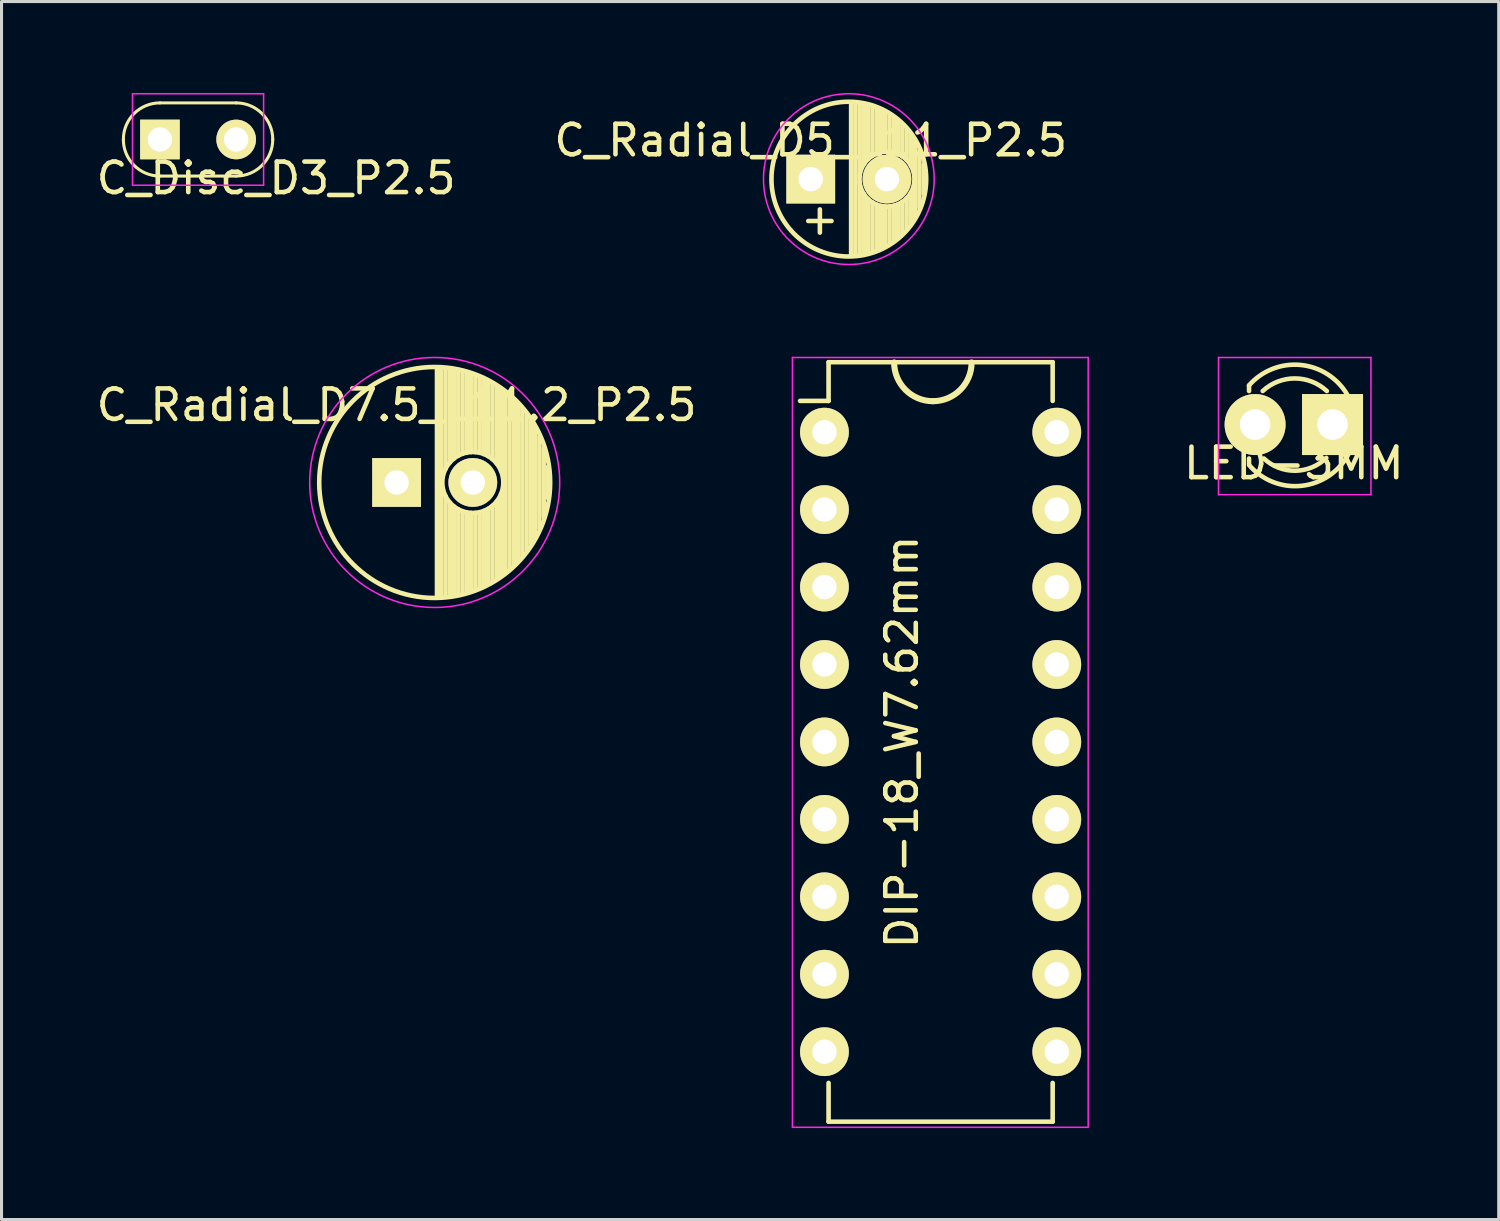
<source format=kicad_pcb>
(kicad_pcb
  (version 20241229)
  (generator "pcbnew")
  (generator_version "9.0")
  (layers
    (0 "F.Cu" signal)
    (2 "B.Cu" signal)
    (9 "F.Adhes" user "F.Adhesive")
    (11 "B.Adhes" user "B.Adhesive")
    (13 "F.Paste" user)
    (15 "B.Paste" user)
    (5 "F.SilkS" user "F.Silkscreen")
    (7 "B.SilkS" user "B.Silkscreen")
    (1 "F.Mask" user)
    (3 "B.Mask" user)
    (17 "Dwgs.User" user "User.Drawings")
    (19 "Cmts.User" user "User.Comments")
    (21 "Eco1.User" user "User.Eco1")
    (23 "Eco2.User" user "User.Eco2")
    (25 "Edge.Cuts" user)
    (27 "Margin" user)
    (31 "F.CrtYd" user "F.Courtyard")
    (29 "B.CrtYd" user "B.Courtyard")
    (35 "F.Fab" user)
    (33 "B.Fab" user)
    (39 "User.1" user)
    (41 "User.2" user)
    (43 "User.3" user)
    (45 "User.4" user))
  (footprint "DIP-18_W7.62mm"
    (layer "F.Cu")
    (at 23.992 11.125)
    (property "Reference" "DIP-18_W7.62mm" (at 2.54 10.16 90) (layer "F.SilkS") (effects (font (size 1 1) (thickness 0.15))))
    (attr through_hole)
    (fp_line (start 0.135 -2.295) (end 0.135 -1.025) (stroke (width 0.15) (type solid)) (layer "F.SilkS"))
    (fp_line (start 0.135 -2.295) (end 7.485 -2.295) (stroke (width 0.15) (type solid)) (layer "F.SilkS"))
    (fp_line (start 0.135 -1.025) (end -0.8 -1.025) (stroke (width 0.15) (type solid)) (layer "F.SilkS"))
    (fp_line (start 0.135 22.615) (end 0.135 21.345) (stroke (width 0.15) (type solid)) (layer "F.SilkS"))
    (fp_line (start 0.135 22.615) (end 7.485 22.615) (stroke (width 0.15) (type solid)) (layer "F.SilkS"))
    (fp_line (start 7.485 -2.295) (end 7.485 -1.025) (stroke (width 0.15) (type solid)) (layer "F.SilkS"))
    (fp_line (start 7.485 22.615) (end 7.485 21.345) (stroke (width 0.15) (type solid)) (layer "F.SilkS"))
    (fp_arc (start 3.556 -1.016) (mid 2.657974 -1.387974) (end 2.286 -2.286) (stroke (width 0.2) (type solid)) (layer "F.SilkS"))
    (fp_arc (start 4.826 -2.286) (mid 4.454026 -1.387974) (end 3.556 -1.016) (stroke (width 0.2) (type solid)) (layer "F.SilkS"))
    (fp_line (start -1.05 -2.45) (end -1.05 22.8) (stroke (width 0.05) (type solid)) (layer "F.CrtYd"))
    (fp_line (start -1.05 -2.45) (end 8.65 -2.45) (stroke (width 0.05) (type solid)) (layer "F.CrtYd"))
    (fp_line (start -1.05 22.8) (end 8.65 22.8) (stroke (width 0.05) (type solid)) (layer "F.CrtYd"))
    (fp_line (start 8.65 -2.45) (end 8.65 22.8) (stroke (width 0.05) (type solid)) (layer "F.CrtYd"))
    (pad "1" thru_hole oval (at 0 0) (size 1.6 1.6) (drill 0.8) (layers "*.Cu" "*.Mask" "F.SilkS"))
    (pad "2" thru_hole oval (at 0 2.54) (size 1.6 1.6) (drill 0.8) (layers "*.Cu" "*.Mask" "F.SilkS"))
    (pad "3" thru_hole oval (at 0 5.08) (size 1.6 1.6) (drill 0.8) (layers "*.Cu" "*.Mask" "F.SilkS"))
    (pad "4" thru_hole oval (at 0 7.62) (size 1.6 1.6) (drill 0.8) (layers "*.Cu" "*.Mask" "F.SilkS"))
    (pad "5" thru_hole oval (at 0 10.16) (size 1.6 1.6) (drill 0.8) (layers "*.Cu" "*.Mask" "F.SilkS"))
    (pad "6" thru_hole oval (at 0 12.7) (size 1.6 1.6) (drill 0.8) (layers "*.Cu" "*.Mask" "F.SilkS"))
    (pad "7" thru_hole oval (at 0 15.24) (size 1.6 1.6) (drill 0.8) (layers "*.Cu" "*.Mask" "F.SilkS"))
    (pad "8" thru_hole oval (at 0 17.78) (size 1.6 1.6) (drill 0.8) (layers "*.Cu" "*.Mask" "F.SilkS"))
    (pad "9" thru_hole oval (at 0 20.32) (size 1.6 1.6) (drill 0.8) (layers "*.Cu" "*.Mask" "F.SilkS"))
    (pad "10" thru_hole oval (at 7.62 20.32) (size 1.6 1.6) (drill 0.8) (layers "*.Cu" "*.Mask" "F.SilkS"))
    (pad "11" thru_hole oval (at 7.62 17.78) (size 1.6 1.6) (drill 0.8) (layers "*.Cu" "*.Mask" "F.SilkS"))
    (pad "12" thru_hole oval (at 7.62 15.24) (size 1.6 1.6) (drill 0.8) (layers "*.Cu" "*.Mask" "F.SilkS"))
    (pad "13" thru_hole oval (at 7.62 12.7) (size 1.6 1.6) (drill 0.8) (layers "*.Cu" "*.Mask" "F.SilkS"))
    (pad "14" thru_hole oval (at 7.62 10.16) (size 1.6 1.6) (drill 0.8) (layers "*.Cu" "*.Mask" "F.SilkS"))
    (pad "15" thru_hole oval (at 7.62 7.62) (size 1.6 1.6) (drill 0.8) (layers "*.Cu" "*.Mask" "F.SilkS"))
    (pad "16" thru_hole oval (at 7.62 5.08) (size 1.6 1.6) (drill 0.8) (layers "*.Cu" "*.Mask" "F.SilkS"))
    (pad "17" thru_hole oval (at 7.62 2.54) (size 1.6 1.6) (drill 0.8) (layers "*.Cu" "*.Mask" "F.SilkS"))
    (pad "18" thru_hole oval (at 7.62 0) (size 1.6 1.6) (drill 0.8) (layers "*.Cu" "*.Mask" "F.SilkS")))
  (footprint "C_Disc_D3_P2.5"
    (layer "F.Cu")
    (at 2.196 1.525)
    (property "Reference" "C_Disc_D3_P2.5" (at 3.81 1.27 0) (layer "F.SilkS") (effects (font (size 1 1) (thickness 0.15))))
    (attr through_hole)
    (fp_line (start 0 -1.2) (end 2.5 -1.2) (stroke (width 0.1) (type solid)) (layer "F.SilkS"))
    (fp_line (start 0 1.2) (end 2.5 1.2) (stroke (width 0.1) (type solid)) (layer "F.SilkS"))
    (fp_arc (start -1.2 0) (mid -0.848528 -0.848528) (end 0 -1.2) (stroke (width 0.1) (type solid)) (layer "F.SilkS"))
    (fp_arc (start 0 1.2) (mid -0.848528 0.848528) (end -1.2 0) (stroke (width 0.1) (type solid)) (layer "F.SilkS"))
    (fp_arc (start 2.5 -1.2) (mid 3.348528 -0.848528) (end 3.7 0) (stroke (width 0.1) (type solid)) (layer "F.SilkS"))
    (fp_arc (start 3.7 0) (mid 3.348528 0.848528) (end 2.5 1.2) (stroke (width 0.1) (type solid)) (layer "F.SilkS"))
    (fp_line (start -0.9 -1.5) (end 3.4 -1.5) (stroke (width 0.05) (type solid)) (layer "F.CrtYd"))
    (fp_line (start -0.9 1.5) (end -0.9 -1.5) (stroke (width 0.05) (type solid)) (layer "F.CrtYd"))
    (fp_line (start 3.4 -1.5) (end 3.4 1.5) (stroke (width 0.05) (type solid)) (layer "F.CrtYd"))
    (fp_line (start 3.4 1.5) (end -0.9 1.5) (stroke (width 0.05) (type solid)) (layer "F.CrtYd"))
    (pad "1" thru_hole rect (at 0 0) (size 1.3 1.3) (drill 0.8) (layers "*.Cu" "*.Mask" "F.SilkS"))
    (pad "2" thru_hole circle (at 2.5 0) (size 1.3 1.3) (drill 0.8) (layers "*.Cu" "*.Mask" "F.SilkS")))
  (footprint "C_Radial_D5_L11_P2.5"
    (layer "F.Cu")
    (at 23.542 2.825)
    (property "Reference" "C_Radial_D5_L11_P2.5" (at 0 -1.27 0) (layer "F.SilkS") (effects (font (size 1 1) (thickness 0.15))))
    (attr through_hole)
    (fp_line (start 1.325 -2.499) (end 1.325 2.499) (stroke (width 0.15) (type solid)) (layer "F.SilkS"))
    (fp_line (start 1.465 -2.491) (end 1.465 2.491) (stroke (width 0.15) (type solid)) (layer "F.SilkS"))
    (fp_line (start 1.605 -2.475) (end 1.605 -0.095) (stroke (width 0.15) (type solid)) (layer "F.SilkS"))
    (fp_line (start 1.605 0.095) (end 1.605 2.475) (stroke (width 0.15) (type solid)) (layer "F.SilkS"))
    (fp_line (start 1.745 -2.451) (end 1.745 -0.49) (stroke (width 0.15) (type solid)) (layer "F.SilkS"))
    (fp_line (start 1.745 0.49) (end 1.745 2.451) (stroke (width 0.15) (type solid)) (layer "F.SilkS"))
    (fp_line (start 1.885 -2.418) (end 1.885 -0.657) (stroke (width 0.15) (type solid)) (layer "F.SilkS"))
    (fp_line (start 1.885 0.657) (end 1.885 2.418) (stroke (width 0.15) (type solid)) (layer "F.SilkS"))
    (fp_line (start 2.025 -2.377) (end 2.025 -0.764) (stroke (width 0.15) (type solid)) (layer "F.SilkS"))
    (fp_line (start 2.025 0.764) (end 2.025 2.377) (stroke (width 0.15) (type solid)) (layer "F.SilkS"))
    (fp_line (start 2.165 -2.327) (end 2.165 -0.835) (stroke (width 0.15) (type solid)) (layer "F.SilkS"))
    (fp_line (start 2.165 0.835) (end 2.165 2.327) (stroke (width 0.15) (type solid)) (layer "F.SilkS"))
    (fp_line (start 2.305 -2.266) (end 2.305 -0.879) (stroke (width 0.15) (type solid)) (layer "F.SilkS"))
    (fp_line (start 2.305 0.879) (end 2.305 2.266) (stroke (width 0.15) (type solid)) (layer "F.SilkS"))
    (fp_line (start 2.445 -2.196) (end 2.445 -0.898) (stroke (width 0.15) (type solid)) (layer "F.SilkS"))
    (fp_line (start 2.445 0.898) (end 2.445 2.196) (stroke (width 0.15) (type solid)) (layer "F.SilkS"))
    (fp_line (start 2.585 -2.114) (end 2.585 -0.896) (stroke (width 0.15) (type solid)) (layer "F.SilkS"))
    (fp_line (start 2.585 0.896) (end 2.585 2.114) (stroke (width 0.15) (type solid)) (layer "F.SilkS"))
    (fp_line (start 2.725 -2.019) (end 2.725 -0.871) (stroke (width 0.15) (type solid)) (layer "F.SilkS"))
    (fp_line (start 2.725 0.871) (end 2.725 2.019) (stroke (width 0.15) (type solid)) (layer "F.SilkS"))
    (fp_line (start 2.865 -1.908) (end 2.865 -0.823) (stroke (width 0.15) (type solid)) (layer "F.SilkS"))
    (fp_line (start 2.865 0.823) (end 2.865 1.908) (stroke (width 0.15) (type solid)) (layer "F.SilkS"))
    (fp_line (start 3.005 -1.78) (end 3.005 -0.745) (stroke (width 0.15) (type solid)) (layer "F.SilkS"))
    (fp_line (start 3.005 0.745) (end 3.005 1.78) (stroke (width 0.15) (type solid)) (layer "F.SilkS"))
    (fp_line (start 3.145 -1.631) (end 3.145 -0.628) (stroke (width 0.15) (type solid)) (layer "F.SilkS"))
    (fp_line (start 3.145 0.628) (end 3.145 1.631) (stroke (width 0.15) (type solid)) (layer "F.SilkS"))
    (fp_line (start 3.285 -1.452) (end 3.285 -0.44) (stroke (width 0.15) (type solid)) (layer "F.SilkS"))
    (fp_line (start 3.285 0.44) (end 3.285 1.452) (stroke (width 0.15) (type solid)) (layer "F.SilkS"))
    (fp_line (start 3.425 -1.233) (end 3.425 1.233) (stroke (width 0.15) (type solid)) (layer "F.SilkS"))
    (fp_line (start 3.565 -0.944) (end 3.565 0.944) (stroke (width 0.15) (type solid)) (layer "F.SilkS"))
    (fp_line (start 3.705 -0.472) (end 3.705 0.472) (stroke (width 0.15) (type solid)) (layer "F.SilkS"))
    (fp_circle (center 1.25 0) (end 1.25 -2.538) (stroke (width 0.15) (type solid)) (fill no) (layer "F.SilkS"))
    (fp_circle (center 2.5 0) (end 2.5 -0.9) (stroke (width 0.15) (type solid)) (fill no) (layer "F.SilkS"))
    (fp_circle (center 1.25 0) (end 1.25 -2.8) (stroke (width 0.05) (type solid)) (fill no) (layer "F.CrtYd"))
    (fp_text user "+" (at 0.3 1.3 0) (layer "F.SilkS") (effects (font (size 1 1) (thickness 0.15))))
    (pad "1" thru_hole rect (at 0 0) (size 1.6 1.6) (drill 0.8) (layers "*.Cu" "*.Mask" "F.SilkS"))
    (pad "2" thru_hole circle (at 2.5 0) (size 1.6 1.6) (drill 0.8) (layers "*.Cu" "*.Mask" "F.SilkS")))
  (footprint "LED-3MM"
    (layer "F.Cu")
    (at 38.117 10.875)
    (property "Reference" "LED-3MM" (at 1.27 1.27 0) (layer "F.SilkS") (effects (font (size 1 1) (thickness 0.15))))
    (attr through_hole)
    (fp_line (start -0.199 -1.28) (end -0.199 -1.1) (stroke (width 0.15) (type solid)) (layer "F.SilkS"))
    (fp_line (start -0.199 1.314) (end -0.199 1.114) (stroke (width 0.15) (type solid)) (layer "F.SilkS"))
    (fp_arc (start -0.199 -1.286) (mid 1.495903 -1.954571) (end 3.028744 -0.969643) (stroke (width 0.15) (type solid)) (layer "F.SilkS"))
    (fp_arc (start 0.25 -1.1) (mid 1.301686 -1.512142) (end 2.353005 -1.099067) (stroke (width 0.15) (type solid)) (layer "F.SilkS"))
    (fp_arc (start 2.335 1.094) (mid 1.31492 1.51473) (end 0.287111 1.113252) (stroke (width 0.15) (type solid)) (layer "F.SilkS"))
    (fp_arc (start 3.051 0.994) (mid 1.522637 2.009958) (end -0.18622 1.340726) (stroke (width 0.15) (type solid)) (layer "F.SilkS"))
    (fp_line (start -1.2 -2.2) (end -1.2 2.3) (stroke (width 0.05) (type solid)) (layer "F.CrtYd"))
    (fp_line (start -1.2 2.3) (end 3.8 2.3) (stroke (width 0.05) (type solid)) (layer "F.CrtYd"))
    (fp_line (start 3.8 -2.2) (end -1.2 -2.2) (stroke (width 0.05) (type solid)) (layer "F.CrtYd"))
    (fp_line (start 3.8 2.3) (end 3.8 -2.2) (stroke (width 0.05) (type solid)) (layer "F.CrtYd"))
    (pad "1" thru_hole circle (at 0 0 90) (size 2 2) (drill 1.001) (layers "*.Cu" "*.Mask" "F.SilkS"))
    (pad "2" thru_hole rect (at 2.54 0) (size 2 2) (drill 1.001) (layers "*.Cu" "*.Mask" "F.SilkS")))
  (footprint "C_Radial_D7.5_L11.2_P2.5"
    (layer "F.Cu")
    (at 9.958 12.775)
    (property "Reference" "C_Radial_D7.5_L11.2_P2.5" (at 0 -2.54 0) (layer "F.SilkS") (effects (font (size 1 1) (thickness 0.15))))
    (attr through_hole)
    (fp_line (start 1.325 -3.749) (end 1.325 3.749) (stroke (width 0.15) (type solid)) (layer "F.SilkS"))
    (fp_line (start 1.465 -3.744) (end 1.465 3.744) (stroke (width 0.15) (type solid)) (layer "F.SilkS"))
    (fp_line (start 1.605 -3.733) (end 1.605 -0.446) (stroke (width 0.15) (type solid)) (layer "F.SilkS"))
    (fp_line (start 1.605 0.446) (end 1.605 3.733) (stroke (width 0.15) (type solid)) (layer "F.SilkS"))
    (fp_line (start 1.745 -3.717) (end 1.745 -0.656) (stroke (width 0.15) (type solid)) (layer "F.SilkS"))
    (fp_line (start 1.745 0.656) (end 1.745 3.717) (stroke (width 0.15) (type solid)) (layer "F.SilkS"))
    (fp_line (start 1.885 -3.696) (end 1.885 -0.789) (stroke (width 0.15) (type solid)) (layer "F.SilkS"))
    (fp_line (start 1.885 0.789) (end 1.885 3.696) (stroke (width 0.15) (type solid)) (layer "F.SilkS"))
    (fp_line (start 2.025 -3.669) (end 2.025 -0.88) (stroke (width 0.15) (type solid)) (layer "F.SilkS"))
    (fp_line (start 2.025 0.88) (end 2.025 3.669) (stroke (width 0.15) (type solid)) (layer "F.SilkS"))
    (fp_line (start 2.165 -3.637) (end 2.165 -0.942) (stroke (width 0.15) (type solid)) (layer "F.SilkS"))
    (fp_line (start 2.165 0.942) (end 2.165 3.637) (stroke (width 0.15) (type solid)) (layer "F.SilkS"))
    (fp_line (start 2.305 -3.599) (end 2.305 -0.981) (stroke (width 0.15) (type solid)) (layer "F.SilkS"))
    (fp_line (start 2.305 0.981) (end 2.305 3.599) (stroke (width 0.15) (type solid)) (layer "F.SilkS"))
    (fp_line (start 2.445 -3.555) (end 2.445 -0.998) (stroke (width 0.15) (type solid)) (layer "F.SilkS"))
    (fp_line (start 2.445 0.998) (end 2.445 3.555) (stroke (width 0.15) (type solid)) (layer "F.SilkS"))
    (fp_line (start 2.585 -3.504) (end 2.585 -0.996) (stroke (width 0.15) (type solid)) (layer "F.SilkS"))
    (fp_line (start 2.585 0.996) (end 2.585 3.504) (stroke (width 0.15) (type solid)) (layer "F.SilkS"))
    (fp_line (start 2.725 -3.448) (end 2.725 -0.974) (stroke (width 0.15) (type solid)) (layer "F.SilkS"))
    (fp_line (start 2.725 0.974) (end 2.725 3.448) (stroke (width 0.15) (type solid)) (layer "F.SilkS"))
    (fp_line (start 2.865 -3.384) (end 2.865 -0.931) (stroke (width 0.15) (type solid)) (layer "F.SilkS"))
    (fp_line (start 2.865 0.931) (end 2.865 3.384) (stroke (width 0.15) (type solid)) (layer "F.SilkS"))
    (fp_line (start 3.005 -3.314) (end 3.005 -0.863) (stroke (width 0.15) (type solid)) (layer "F.SilkS"))
    (fp_line (start 3.005 0.863) (end 3.005 3.314) (stroke (width 0.15) (type solid)) (layer "F.SilkS"))
    (fp_line (start 3.145 -3.236) (end 3.145 -0.764) (stroke (width 0.15) (type solid)) (layer "F.SilkS"))
    (fp_line (start 3.145 0.764) (end 3.145 3.236) (stroke (width 0.15) (type solid)) (layer "F.SilkS"))
    (fp_line (start 3.285 -3.15) (end 3.285 -0.619) (stroke (width 0.15) (type solid)) (layer "F.SilkS"))
    (fp_line (start 3.285 0.619) (end 3.285 3.15) (stroke (width 0.15) (type solid)) (layer "F.SilkS"))
    (fp_line (start 3.425 -3.055) (end 3.425 -0.38) (stroke (width 0.15) (type solid)) (layer "F.SilkS"))
    (fp_line (start 3.425 0.38) (end 3.425 3.055) (stroke (width 0.15) (type solid)) (layer "F.SilkS"))
    (fp_line (start 3.565 -2.95) (end 3.565 2.95) (stroke (width 0.15) (type solid)) (layer "F.SilkS"))
    (fp_line (start 3.705 -2.835) (end 3.705 2.835) (stroke (width 0.15) (type solid)) (layer "F.SilkS"))
    (fp_line (start 3.845 -2.707) (end 3.845 2.707) (stroke (width 0.15) (type solid)) (layer "F.SilkS"))
    (fp_line (start 3.985 -2.566) (end 3.985 2.566) (stroke (width 0.15) (type solid)) (layer "F.SilkS"))
    (fp_line (start 4.125 -2.408) (end 4.125 2.408) (stroke (width 0.15) (type solid)) (layer "F.SilkS"))
    (fp_line (start 4.265 -2.23) (end 4.265 2.23) (stroke (width 0.15) (type solid)) (layer "F.SilkS"))
    (fp_line (start 4.405 -2.027) (end 4.405 2.027) (stroke (width 0.15) (type solid)) (layer "F.SilkS"))
    (fp_line (start 4.545 -1.79) (end 4.545 1.79) (stroke (width 0.15) (type solid)) (layer "F.SilkS"))
    (fp_line (start 4.685 -1.504) (end 4.685 1.504) (stroke (width 0.15) (type solid)) (layer "F.SilkS"))
    (fp_line (start 4.825 -1.132) (end 4.825 1.132) (stroke (width 0.15) (type solid)) (layer "F.SilkS"))
    (fp_line (start 4.965 -0.511) (end 4.965 0.511) (stroke (width 0.15) (type solid)) (layer "F.SilkS"))
    (fp_circle (center 1.25 0) (end 1.25 -3.788) (stroke (width 0.15) (type solid)) (fill no) (layer "F.SilkS"))
    (fp_circle (center 2.5 0) (end 2.5 -1) (stroke (width 0.15) (type solid)) (fill no) (layer "F.SilkS"))
    (fp_circle (center 1.25 0) (end 1.25 -4.1) (stroke (width 0.05) (type solid)) (fill no) (layer "F.CrtYd"))
    (pad "1" thru_hole rect (at 0 0) (size 1.6 1.6) (drill 0.8) (layers "*.Cu" "*.Mask" "F.SilkS"))
    (pad "2" thru_hole circle (at 2.5 0) (size 1.6 1.6) (drill 0.8) (layers "*.Cu" "*.Mask" "F.SilkS")))
  (gr_rect
    (start -3 -3)
    (end 46.107 36.95)
    (stroke (width 0.1) (type default))
    (fill no)
    (layer "Edge.Cuts")))
</source>
